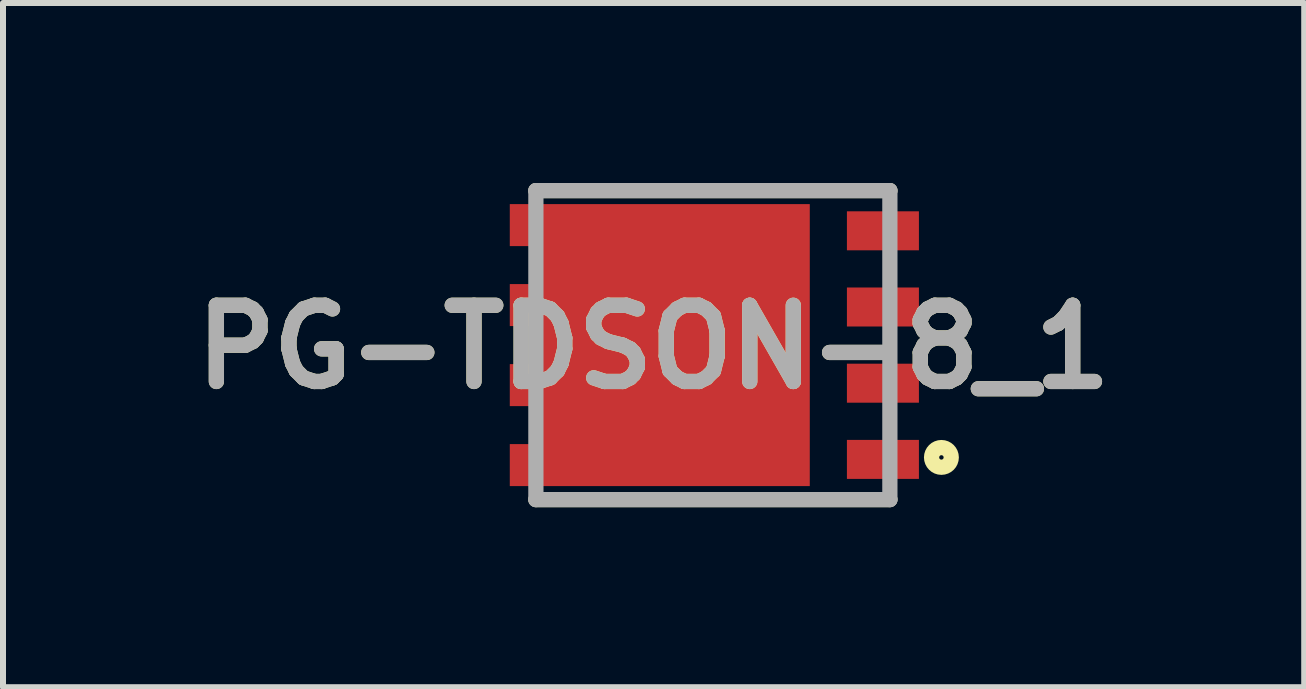
<source format=kicad_pcb>
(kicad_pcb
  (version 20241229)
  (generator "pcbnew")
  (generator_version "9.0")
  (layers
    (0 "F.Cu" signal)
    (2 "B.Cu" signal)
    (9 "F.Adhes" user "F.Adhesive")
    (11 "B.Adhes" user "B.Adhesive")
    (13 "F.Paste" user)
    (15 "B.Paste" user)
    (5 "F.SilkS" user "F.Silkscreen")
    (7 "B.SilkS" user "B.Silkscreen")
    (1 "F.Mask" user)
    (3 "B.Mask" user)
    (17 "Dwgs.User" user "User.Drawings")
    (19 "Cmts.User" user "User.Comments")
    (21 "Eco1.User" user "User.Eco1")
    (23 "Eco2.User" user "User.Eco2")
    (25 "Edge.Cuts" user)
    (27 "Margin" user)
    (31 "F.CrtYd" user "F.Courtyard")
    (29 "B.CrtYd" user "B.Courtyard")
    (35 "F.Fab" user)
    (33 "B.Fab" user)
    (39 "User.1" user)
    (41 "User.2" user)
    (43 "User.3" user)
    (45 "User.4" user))
  (footprint "PG-TDSON-8_1"
    (layer "F.Cu")
    (at 8.832 2.702)
    (property "Reference" "PG-TDSON-8_1" (at -0.988 0.032 0) (layer "F.SilkS") (effects (font (size 1.27 1.27) (thickness 0.254))))
    (attr smd)
    (fp_line (start -2.95 -2.575) (end 2.95 -2.575) (stroke (width 0.254) (type solid)) (layer "F.SilkS"))
    (fp_line (start 2.95 2.575) (end -2.95 2.575) (stroke (width 0.254) (type solid)) (layer "F.SilkS"))
    (fp_circle (center 3.809 1.872) (end 3.809 1.909) (stroke (width 0.254) (type solid)) (fill no) (layer "F.SilkS"))
    (fp_line (start -2.95 -2.575) (end 2.95 -2.575) (stroke (width 0.254) (type solid)) (layer "F.Fab"))
    (fp_line (start -2.95 2.575) (end -2.95 -2.575) (stroke (width 0.254) (type solid)) (layer "F.Fab"))
    (fp_line (start 2.95 -2.575) (end 2.95 2.575) (stroke (width 0.254) (type solid)) (layer "F.Fab"))
    (fp_line (start 2.95 2.575) (end -2.95 2.575) (stroke (width 0.254) (type solid)) (layer "F.Fab"))
    (fp_text user "${REFERENCE}" (at -0.988 0.032 0) (layer "F.Fab") (effects (font (size 1.27 1.27) (thickness 0.254))))
    (pad "1" smd rect (at 2.834 1.905 90) (size 0.65 1.2) (layers "F.Cu" "F.Mask" "F.Paste"))
    (pad "2" smd rect (at 2.834 0.635 90) (size 0.65 1.2) (layers "F.Cu" "F.Mask" "F.Paste"))
    (pad "3" smd rect (at 2.834 -0.635 90) (size 0.65 1.2) (layers "F.Cu" "F.Mask" "F.Paste"))
    (pad "4" smd rect (at 2.834 -1.905 90) (size 0.65 1.2) (layers "F.Cu" "F.Mask" "F.Paste"))
    (pad "5" smd rect (at -3.135 -2) (size 0.5 0.7) (layers "F.Cu" "F.Mask" "F.Paste"))
    (pad "6" smd rect (at -3.135 -0.667) (size 0.5 0.7) (layers "F.Cu" "F.Mask" "F.Paste"))
    (pad "7" smd rect (at -3.135 0.667) (size 0.5 0.7) (layers "F.Cu" "F.Mask" "F.Paste"))
    (pad "8" smd rect (at -3.135 2) (size 0.5 0.7) (layers "F.Cu" "F.Mask" "F.Paste"))
    (pad "9" smd rect (at -0.635 0) (size 4.5 4.7) (layers "F.Cu" "F.Mask" "F.Paste")))
  (gr_rect
    (start -3 -3)
    (end 18.688 8.404)
    (stroke (width 0.1) (type default))
    (fill no)
    (layer "Edge.Cuts")))
</source>
